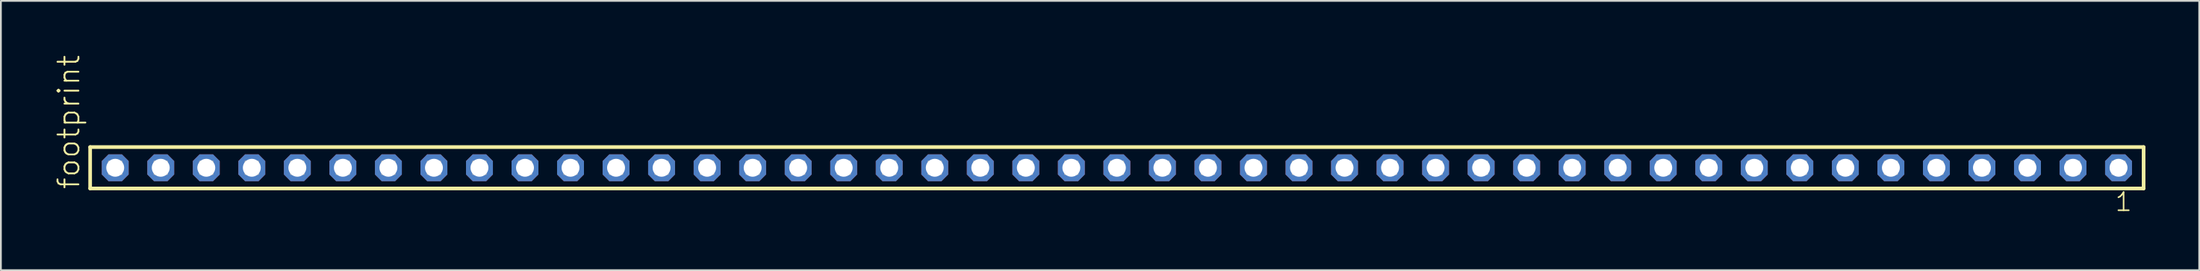
<source format=kicad_pcb>
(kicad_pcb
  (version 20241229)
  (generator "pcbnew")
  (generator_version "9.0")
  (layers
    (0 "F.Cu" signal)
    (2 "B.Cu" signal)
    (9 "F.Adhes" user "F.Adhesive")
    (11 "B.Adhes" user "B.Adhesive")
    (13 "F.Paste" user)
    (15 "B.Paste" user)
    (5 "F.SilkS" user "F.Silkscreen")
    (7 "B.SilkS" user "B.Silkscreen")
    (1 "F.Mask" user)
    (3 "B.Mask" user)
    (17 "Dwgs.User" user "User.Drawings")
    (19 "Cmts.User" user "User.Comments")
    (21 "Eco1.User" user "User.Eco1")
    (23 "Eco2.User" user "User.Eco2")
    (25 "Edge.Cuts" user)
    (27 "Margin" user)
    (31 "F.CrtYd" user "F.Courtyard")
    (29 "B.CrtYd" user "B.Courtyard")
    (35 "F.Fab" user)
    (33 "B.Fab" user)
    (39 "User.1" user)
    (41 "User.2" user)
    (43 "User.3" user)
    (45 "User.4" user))
  (footprint "footprint"
    (layer "F.Cu")
    (at 59.258 6.312)
    (property "Reference" "footprint" (at -57.785 1.27 90) (layer "F.SilkS") (effects (font (size 1.168 1.168) (thickness 0.102)) (justify left bottom)))
    (fp_line (start -57.279 -1.155) (end 57.279 -1.155) (stroke (width 0.203) (type solid)) (layer "F.SilkS"))
    (fp_line (start -57.279 1.155) (end -57.279 -1.155) (stroke (width 0.203) (type solid)) (layer "F.SilkS"))
    (fp_line (start 57.279 -1.155) (end 57.279 1.155) (stroke (width 0.203) (type solid)) (layer "F.SilkS"))
    (fp_line (start 57.279 1.155) (end -57.279 1.155) (stroke (width 0.203) (type solid)) (layer "F.SilkS"))
    (fp_poly (pts (xy -56.23 0.35) (xy -55.53 0.35) (xy -55.53 -0.35) (xy -56.23 -0.35)) (stroke (width 0.1) (type solid)) (fill no) (layer "F.Fab"))
    (fp_poly (pts (xy -53.69 0.35) (xy -52.99 0.35) (xy -52.99 -0.35) (xy -53.69 -0.35)) (stroke (width 0.1) (type solid)) (fill no) (layer "F.Fab"))
    (fp_poly (pts (xy -51.15 0.35) (xy -50.45 0.35) (xy -50.45 -0.35) (xy -51.15 -0.35)) (stroke (width 0.1) (type solid)) (fill no) (layer "F.Fab"))
    (fp_poly (pts (xy -48.61 0.35) (xy -47.91 0.35) (xy -47.91 -0.35) (xy -48.61 -0.35)) (stroke (width 0.1) (type solid)) (fill no) (layer "F.Fab"))
    (fp_poly (pts (xy -46.07 0.35) (xy -45.37 0.35) (xy -45.37 -0.35) (xy -46.07 -0.35)) (stroke (width 0.1) (type solid)) (fill no) (layer "F.Fab"))
    (fp_poly (pts (xy -43.53 0.35) (xy -42.83 0.35) (xy -42.83 -0.35) (xy -43.53 -0.35)) (stroke (width 0.1) (type solid)) (fill no) (layer "F.Fab"))
    (fp_poly (pts (xy -40.99 0.35) (xy -40.29 0.35) (xy -40.29 -0.35) (xy -40.99 -0.35)) (stroke (width 0.1) (type solid)) (fill no) (layer "F.Fab"))
    (fp_poly (pts (xy -38.45 0.35) (xy -37.75 0.35) (xy -37.75 -0.35) (xy -38.45 -0.35)) (stroke (width 0.1) (type solid)) (fill no) (layer "F.Fab"))
    (fp_poly (pts (xy -35.91 0.35) (xy -35.21 0.35) (xy -35.21 -0.35) (xy -35.91 -0.35)) (stroke (width 0.1) (type solid)) (fill no) (layer "F.Fab"))
    (fp_poly (pts (xy -33.37 0.35) (xy -32.67 0.35) (xy -32.67 -0.35) (xy -33.37 -0.35)) (stroke (width 0.1) (type solid)) (fill no) (layer "F.Fab"))
    (fp_poly (pts (xy -30.83 0.35) (xy -30.13 0.35) (xy -30.13 -0.35) (xy -30.83 -0.35)) (stroke (width 0.1) (type solid)) (fill no) (layer "F.Fab"))
    (fp_poly (pts (xy -28.29 0.35) (xy -27.59 0.35) (xy -27.59 -0.35) (xy -28.29 -0.35)) (stroke (width 0.1) (type solid)) (fill no) (layer "F.Fab"))
    (fp_poly (pts (xy -25.75 0.35) (xy -25.05 0.35) (xy -25.05 -0.35) (xy -25.75 -0.35)) (stroke (width 0.1) (type solid)) (fill no) (layer "F.Fab"))
    (fp_poly (pts (xy -23.21 0.35) (xy -22.51 0.35) (xy -22.51 -0.35) (xy -23.21 -0.35)) (stroke (width 0.1) (type solid)) (fill no) (layer "F.Fab"))
    (fp_poly (pts (xy -20.67 0.35) (xy -19.97 0.35) (xy -19.97 -0.35) (xy -20.67 -0.35)) (stroke (width 0.1) (type solid)) (fill no) (layer "F.Fab"))
    (fp_poly (pts (xy -18.13 0.35) (xy -17.43 0.35) (xy -17.43 -0.35) (xy -18.13 -0.35)) (stroke (width 0.1) (type solid)) (fill no) (layer "F.Fab"))
    (fp_poly (pts (xy -15.59 0.35) (xy -14.89 0.35) (xy -14.89 -0.35) (xy -15.59 -0.35)) (stroke (width 0.1) (type solid)) (fill no) (layer "F.Fab"))
    (fp_poly (pts (xy -13.05 0.35) (xy -12.35 0.35) (xy -12.35 -0.35) (xy -13.05 -0.35)) (stroke (width 0.1) (type solid)) (fill no) (layer "F.Fab"))
    (fp_poly (pts (xy -10.51 0.35) (xy -9.81 0.35) (xy -9.81 -0.35) (xy -10.51 -0.35)) (stroke (width 0.1) (type solid)) (fill no) (layer "F.Fab"))
    (fp_poly (pts (xy -7.97 0.35) (xy -7.27 0.35) (xy -7.27 -0.35) (xy -7.97 -0.35)) (stroke (width 0.1) (type solid)) (fill no) (layer "F.Fab"))
    (fp_poly (pts (xy -5.43 0.35) (xy -4.73 0.35) (xy -4.73 -0.35) (xy -5.43 -0.35)) (stroke (width 0.1) (type solid)) (fill no) (layer "F.Fab"))
    (fp_poly (pts (xy -2.89 0.35) (xy -2.19 0.35) (xy -2.19 -0.35) (xy -2.89 -0.35)) (stroke (width 0.1) (type solid)) (fill no) (layer "F.Fab"))
    (fp_poly (pts (xy -0.35 0.35) (xy 0.35 0.35) (xy 0.35 -0.35) (xy -0.35 -0.35)) (stroke (width 0.1) (type solid)) (fill no) (layer "F.Fab"))
    (fp_poly (pts (xy 2.19 0.35) (xy 2.89 0.35) (xy 2.89 -0.35) (xy 2.19 -0.35)) (stroke (width 0.1) (type solid)) (fill no) (layer "F.Fab"))
    (fp_poly (pts (xy 4.73 0.35) (xy 5.43 0.35) (xy 5.43 -0.35) (xy 4.73 -0.35)) (stroke (width 0.1) (type solid)) (fill no) (layer "F.Fab"))
    (fp_poly (pts (xy 7.27 0.35) (xy 7.97 0.35) (xy 7.97 -0.35) (xy 7.27 -0.35)) (stroke (width 0.1) (type solid)) (fill no) (layer "F.Fab"))
    (fp_poly (pts (xy 9.81 0.35) (xy 10.51 0.35) (xy 10.51 -0.35) (xy 9.81 -0.35)) (stroke (width 0.1) (type solid)) (fill no) (layer "F.Fab"))
    (fp_poly (pts (xy 12.35 0.35) (xy 13.05 0.35) (xy 13.05 -0.35) (xy 12.35 -0.35)) (stroke (width 0.1) (type solid)) (fill no) (layer "F.Fab"))
    (fp_poly (pts (xy 14.89 0.35) (xy 15.59 0.35) (xy 15.59 -0.35) (xy 14.89 -0.35)) (stroke (width 0.1) (type solid)) (fill no) (layer "F.Fab"))
    (fp_poly (pts (xy 17.43 0.35) (xy 18.13 0.35) (xy 18.13 -0.35) (xy 17.43 -0.35)) (stroke (width 0.1) (type solid)) (fill no) (layer "F.Fab"))
    (fp_poly (pts (xy 19.97 0.35) (xy 20.67 0.35) (xy 20.67 -0.35) (xy 19.97 -0.35)) (stroke (width 0.1) (type solid)) (fill no) (layer "F.Fab"))
    (fp_poly (pts (xy 22.51 0.35) (xy 23.21 0.35) (xy 23.21 -0.35) (xy 22.51 -0.35)) (stroke (width 0.1) (type solid)) (fill no) (layer "F.Fab"))
    (fp_poly (pts (xy 25.05 0.35) (xy 25.75 0.35) (xy 25.75 -0.35) (xy 25.05 -0.35)) (stroke (width 0.1) (type solid)) (fill no) (layer "F.Fab"))
    (fp_poly (pts (xy 27.59 0.35) (xy 28.29 0.35) (xy 28.29 -0.35) (xy 27.59 -0.35)) (stroke (width 0.1) (type solid)) (fill no) (layer "F.Fab"))
    (fp_poly (pts (xy 30.13 0.35) (xy 30.83 0.35) (xy 30.83 -0.35) (xy 30.13 -0.35)) (stroke (width 0.1) (type solid)) (fill no) (layer "F.Fab"))
    (fp_poly (pts (xy 32.67 0.35) (xy 33.37 0.35) (xy 33.37 -0.35) (xy 32.67 -0.35)) (stroke (width 0.1) (type solid)) (fill no) (layer "F.Fab"))
    (fp_poly (pts (xy 35.21 0.35) (xy 35.91 0.35) (xy 35.91 -0.35) (xy 35.21 -0.35)) (stroke (width 0.1) (type solid)) (fill no) (layer "F.Fab"))
    (fp_poly (pts (xy 37.75 0.35) (xy 38.45 0.35) (xy 38.45 -0.35) (xy 37.75 -0.35)) (stroke (width 0.1) (type solid)) (fill no) (layer "F.Fab"))
    (fp_poly (pts (xy 40.29 0.35) (xy 40.99 0.35) (xy 40.99 -0.35) (xy 40.29 -0.35)) (stroke (width 0.1) (type solid)) (fill no) (layer "F.Fab"))
    (fp_poly (pts (xy 42.83 0.35) (xy 43.53 0.35) (xy 43.53 -0.35) (xy 42.83 -0.35)) (stroke (width 0.1) (type solid)) (fill no) (layer "F.Fab"))
    (fp_poly (pts (xy 45.37 0.35) (xy 46.07 0.35) (xy 46.07 -0.35) (xy 45.37 -0.35)) (stroke (width 0.1) (type solid)) (fill no) (layer "F.Fab"))
    (fp_poly (pts (xy 47.91 0.35) (xy 48.61 0.35) (xy 48.61 -0.35) (xy 47.91 -0.35)) (stroke (width 0.1) (type solid)) (fill no) (layer "F.Fab"))
    (fp_poly (pts (xy 50.45 0.35) (xy 51.15 0.35) (xy 51.15 -0.35) (xy 50.45 -0.35)) (stroke (width 0.1) (type solid)) (fill no) (layer "F.Fab"))
    (fp_poly (pts (xy 52.99 0.35) (xy 53.69 0.35) (xy 53.69 -0.35) (xy 52.99 -0.35)) (stroke (width 0.1) (type solid)) (fill no) (layer "F.Fab"))
    (fp_poly (pts (xy 55.53 0.35) (xy 56.23 0.35) (xy 56.23 -0.35) (xy 55.53 -0.35)) (stroke (width 0.1) (type solid)) (fill no) (layer "F.Fab"))
    (fp_text user "1" (at 55.622 2.498 0) (layer "F.SilkS") (effects (font (size 1.012 1.012) (thickness 0.088)) (justify left bottom)))
    (pad "1" thru_hole roundrect (at 55.88 0 180) (size 1.5 1.5) (drill 1) (layers "*.Cu" "*.Mask") (roundrect_rratio 0.25) (chamfer_ratio 0.25) (chamfer top_left top_right bottom_left bottom_right))
    (pad "2" thru_hole roundrect (at 53.34 0 180) (size 1.5 1.5) (drill 1) (layers "*.Cu" "*.Mask") (roundrect_rratio 0.25) (chamfer_ratio 0.25) (chamfer top_left top_right bottom_left bottom_right))
    (pad "3" thru_hole roundrect (at 50.8 0 180) (size 1.5 1.5) (drill 1) (layers "*.Cu" "*.Mask") (roundrect_rratio 0.25) (chamfer_ratio 0.25) (chamfer top_left top_right bottom_left bottom_right))
    (pad "4" thru_hole roundrect (at 48.26 0 180) (size 1.5 1.5) (drill 1) (layers "*.Cu" "*.Mask") (roundrect_rratio 0.25) (chamfer_ratio 0.25) (chamfer top_left top_right bottom_left bottom_right))
    (pad "5" thru_hole roundrect (at 45.72 0 180) (size 1.5 1.5) (drill 1) (layers "*.Cu" "*.Mask") (roundrect_rratio 0.25) (chamfer_ratio 0.25) (chamfer top_left top_right bottom_left bottom_right))
    (pad "6" thru_hole roundrect (at 43.18 0 180) (size 1.5 1.5) (drill 1) (layers "*.Cu" "*.Mask") (roundrect_rratio 0.25) (chamfer_ratio 0.25) (chamfer top_left top_right bottom_left bottom_right))
    (pad "7" thru_hole roundrect (at 40.64 0 180) (size 1.5 1.5) (drill 1) (layers "*.Cu" "*.Mask") (roundrect_rratio 0.25) (chamfer_ratio 0.25) (chamfer top_left top_right bottom_left bottom_right))
    (pad "8" thru_hole roundrect (at 38.1 0 180) (size 1.5 1.5) (drill 1) (layers "*.Cu" "*.Mask") (roundrect_rratio 0.25) (chamfer_ratio 0.25) (chamfer top_left top_right bottom_left bottom_right))
    (pad "9" thru_hole roundrect (at 35.56 0 180) (size 1.5 1.5) (drill 1) (layers "*.Cu" "*.Mask") (roundrect_rratio 0.25) (chamfer_ratio 0.25) (chamfer top_left top_right bottom_left bottom_right))
    (pad "10" thru_hole roundrect (at 33.02 0 180) (size 1.5 1.5) (drill 1) (layers "*.Cu" "*.Mask") (roundrect_rratio 0.25) (chamfer_ratio 0.25) (chamfer top_left top_right bottom_left bottom_right))
    (pad "11" thru_hole roundrect (at 30.48 0 180) (size 1.5 1.5) (drill 1) (layers "*.Cu" "*.Mask") (roundrect_rratio 0.25) (chamfer_ratio 0.25) (chamfer top_left top_right bottom_left bottom_right))
    (pad "12" thru_hole roundrect (at 27.94 0 180) (size 1.5 1.5) (drill 1) (layers "*.Cu" "*.Mask") (roundrect_rratio 0.25) (chamfer_ratio 0.25) (chamfer top_left top_right bottom_left bottom_right))
    (pad "13" thru_hole roundrect (at 25.4 0 180) (size 1.5 1.5) (drill 1) (layers "*.Cu" "*.Mask") (roundrect_rratio 0.25) (chamfer_ratio 0.25) (chamfer top_left top_right bottom_left bottom_right))
    (pad "14" thru_hole roundrect (at 22.86 0 180) (size 1.5 1.5) (drill 1) (layers "*.Cu" "*.Mask") (roundrect_rratio 0.25) (chamfer_ratio 0.25) (chamfer top_left top_right bottom_left bottom_right))
    (pad "15" thru_hole roundrect (at 20.32 0 180) (size 1.5 1.5) (drill 1) (layers "*.Cu" "*.Mask") (roundrect_rratio 0.25) (chamfer_ratio 0.25) (chamfer top_left top_right bottom_left bottom_right))
    (pad "16" thru_hole roundrect (at 17.78 0 180) (size 1.5 1.5) (drill 1) (layers "*.Cu" "*.Mask") (roundrect_rratio 0.25) (chamfer_ratio 0.25) (chamfer top_left top_right bottom_left bottom_right))
    (pad "17" thru_hole roundrect (at 15.24 0 180) (size 1.5 1.5) (drill 1) (layers "*.Cu" "*.Mask") (roundrect_rratio 0.25) (chamfer_ratio 0.25) (chamfer top_left top_right bottom_left bottom_right))
    (pad "18" thru_hole roundrect (at 12.7 0 180) (size 1.5 1.5) (drill 1) (layers "*.Cu" "*.Mask") (roundrect_rratio 0.25) (chamfer_ratio 0.25) (chamfer top_left top_right bottom_left bottom_right))
    (pad "19" thru_hole roundrect (at 10.16 0 180) (size 1.5 1.5) (drill 1) (layers "*.Cu" "*.Mask") (roundrect_rratio 0.25) (chamfer_ratio 0.25) (chamfer top_left top_right bottom_left bottom_right))
    (pad "20" thru_hole roundrect (at 7.62 0 180) (size 1.5 1.5) (drill 1) (layers "*.Cu" "*.Mask") (roundrect_rratio 0.25) (chamfer_ratio 0.25) (chamfer top_left top_right bottom_left bottom_right))
    (pad "21" thru_hole roundrect (at 5.08 0 180) (size 1.5 1.5) (drill 1) (layers "*.Cu" "*.Mask") (roundrect_rratio 0.25) (chamfer_ratio 0.25) (chamfer top_left top_right bottom_left bottom_right))
    (pad "22" thru_hole roundrect (at 2.54 0 180) (size 1.5 1.5) (drill 1) (layers "*.Cu" "*.Mask") (roundrect_rratio 0.25) (chamfer_ratio 0.25) (chamfer top_left top_right bottom_left bottom_right))
    (pad "23" thru_hole roundrect (at 0 0 180) (size 1.5 1.5) (drill 1) (layers "*.Cu" "*.Mask") (roundrect_rratio 0.25) (chamfer_ratio 0.25) (chamfer top_left top_right bottom_left bottom_right))
    (pad "24" thru_hole roundrect (at -2.54 0 180) (size 1.5 1.5) (drill 1) (layers "*.Cu" "*.Mask") (roundrect_rratio 0.25) (chamfer_ratio 0.25) (chamfer top_left top_right bottom_left bottom_right))
    (pad "25" thru_hole roundrect (at -5.08 0 180) (size 1.5 1.5) (drill 1) (layers "*.Cu" "*.Mask") (roundrect_rratio 0.25) (chamfer_ratio 0.25) (chamfer top_left top_right bottom_left bottom_right))
    (pad "26" thru_hole roundrect (at -7.62 0 180) (size 1.5 1.5) (drill 1) (layers "*.Cu" "*.Mask") (roundrect_rratio 0.25) (chamfer_ratio 0.25) (chamfer top_left top_right bottom_left bottom_right))
    (pad "27" thru_hole roundrect (at -10.16 0 180) (size 1.5 1.5) (drill 1) (layers "*.Cu" "*.Mask") (roundrect_rratio 0.25) (chamfer_ratio 0.25) (chamfer top_left top_right bottom_left bottom_right))
    (pad "28" thru_hole roundrect (at -12.7 0 180) (size 1.5 1.5) (drill 1) (layers "*.Cu" "*.Mask") (roundrect_rratio 0.25) (chamfer_ratio 0.25) (chamfer top_left top_right bottom_left bottom_right))
    (pad "29" thru_hole roundrect (at -15.24 0 180) (size 1.5 1.5) (drill 1) (layers "*.Cu" "*.Mask") (roundrect_rratio 0.25) (chamfer_ratio 0.25) (chamfer top_left top_right bottom_left bottom_right))
    (pad "30" thru_hole roundrect (at -17.78 0 180) (size 1.5 1.5) (drill 1) (layers "*.Cu" "*.Mask") (roundrect_rratio 0.25) (chamfer_ratio 0.25) (chamfer top_left top_right bottom_left bottom_right))
    (pad "31" thru_hole roundrect (at -20.32 0 180) (size 1.5 1.5) (drill 1) (layers "*.Cu" "*.Mask") (roundrect_rratio 0.25) (chamfer_ratio 0.25) (chamfer top_left top_right bottom_left bottom_right))
    (pad "32" thru_hole roundrect (at -22.86 0 180) (size 1.5 1.5) (drill 1) (layers "*.Cu" "*.Mask") (roundrect_rratio 0.25) (chamfer_ratio 0.25) (chamfer top_left top_right bottom_left bottom_right))
    (pad "33" thru_hole roundrect (at -25.4 0 180) (size 1.5 1.5) (drill 1) (layers "*.Cu" "*.Mask") (roundrect_rratio 0.25) (chamfer_ratio 0.25) (chamfer top_left top_right bottom_left bottom_right))
    (pad "34" thru_hole roundrect (at -27.94 0 180) (size 1.5 1.5) (drill 1) (layers "*.Cu" "*.Mask") (roundrect_rratio 0.25) (chamfer_ratio 0.25) (chamfer top_left top_right bottom_left bottom_right))
    (pad "35" thru_hole roundrect (at -30.48 0 180) (size 1.5 1.5) (drill 1) (layers "*.Cu" "*.Mask") (roundrect_rratio 0.25) (chamfer_ratio 0.25) (chamfer top_left top_right bottom_left bottom_right))
    (pad "36" thru_hole roundrect (at -33.02 0 180) (size 1.5 1.5) (drill 1) (layers "*.Cu" "*.Mask") (roundrect_rratio 0.25) (chamfer_ratio 0.25) (chamfer top_left top_right bottom_left bottom_right))
    (pad "37" thru_hole roundrect (at -35.56 0 180) (size 1.5 1.5) (drill 1) (layers "*.Cu" "*.Mask") (roundrect_rratio 0.25) (chamfer_ratio 0.25) (chamfer top_left top_right bottom_left bottom_right))
    (pad "38" thru_hole roundrect (at -38.1 0 180) (size 1.5 1.5) (drill 1) (layers "*.Cu" "*.Mask") (roundrect_rratio 0.25) (chamfer_ratio 0.25) (chamfer top_left top_right bottom_left bottom_right))
    (pad "39" thru_hole roundrect (at -40.64 0 180) (size 1.5 1.5) (drill 1) (layers "*.Cu" "*.Mask") (roundrect_rratio 0.25) (chamfer_ratio 0.25) (chamfer top_left top_right bottom_left bottom_right))
    (pad "40" thru_hole roundrect (at -43.18 0 180) (size 1.5 1.5) (drill 1) (layers "*.Cu" "*.Mask") (roundrect_rratio 0.25) (chamfer_ratio 0.25) (chamfer top_left top_right bottom_left bottom_right))
    (pad "41" thru_hole roundrect (at -45.72 0 180) (size 1.5 1.5) (drill 1) (layers "*.Cu" "*.Mask") (roundrect_rratio 0.25) (chamfer_ratio 0.25) (chamfer top_left top_right bottom_left bottom_right))
    (pad "42" thru_hole roundrect (at -48.26 0 180) (size 1.5 1.5) (drill 1) (layers "*.Cu" "*.Mask") (roundrect_rratio 0.25) (chamfer_ratio 0.25) (chamfer top_left top_right bottom_left bottom_right))
    (pad "43" thru_hole roundrect (at -50.8 0 180) (size 1.5 1.5) (drill 1) (layers "*.Cu" "*.Mask") (roundrect_rratio 0.25) (chamfer_ratio 0.25) (chamfer top_left top_right bottom_left bottom_right))
    (pad "44" thru_hole roundrect (at -53.34 0 180) (size 1.5 1.5) (drill 1) (layers "*.Cu" "*.Mask") (roundrect_rratio 0.25) (chamfer_ratio 0.25) (chamfer top_left top_right bottom_left bottom_right))
    (pad "45" thru_hole roundrect (at -55.88 0 180) (size 1.5 1.5) (drill 1) (layers "*.Cu" "*.Mask") (roundrect_rratio 0.25) (chamfer_ratio 0.25) (chamfer top_left top_right bottom_left bottom_right)))
  (gr_rect
    (start -3 -3)
    (end 119.639 12.027)
    (stroke (width 0.1) (type default))
    (fill no)
    (layer "Edge.Cuts")))
</source>
